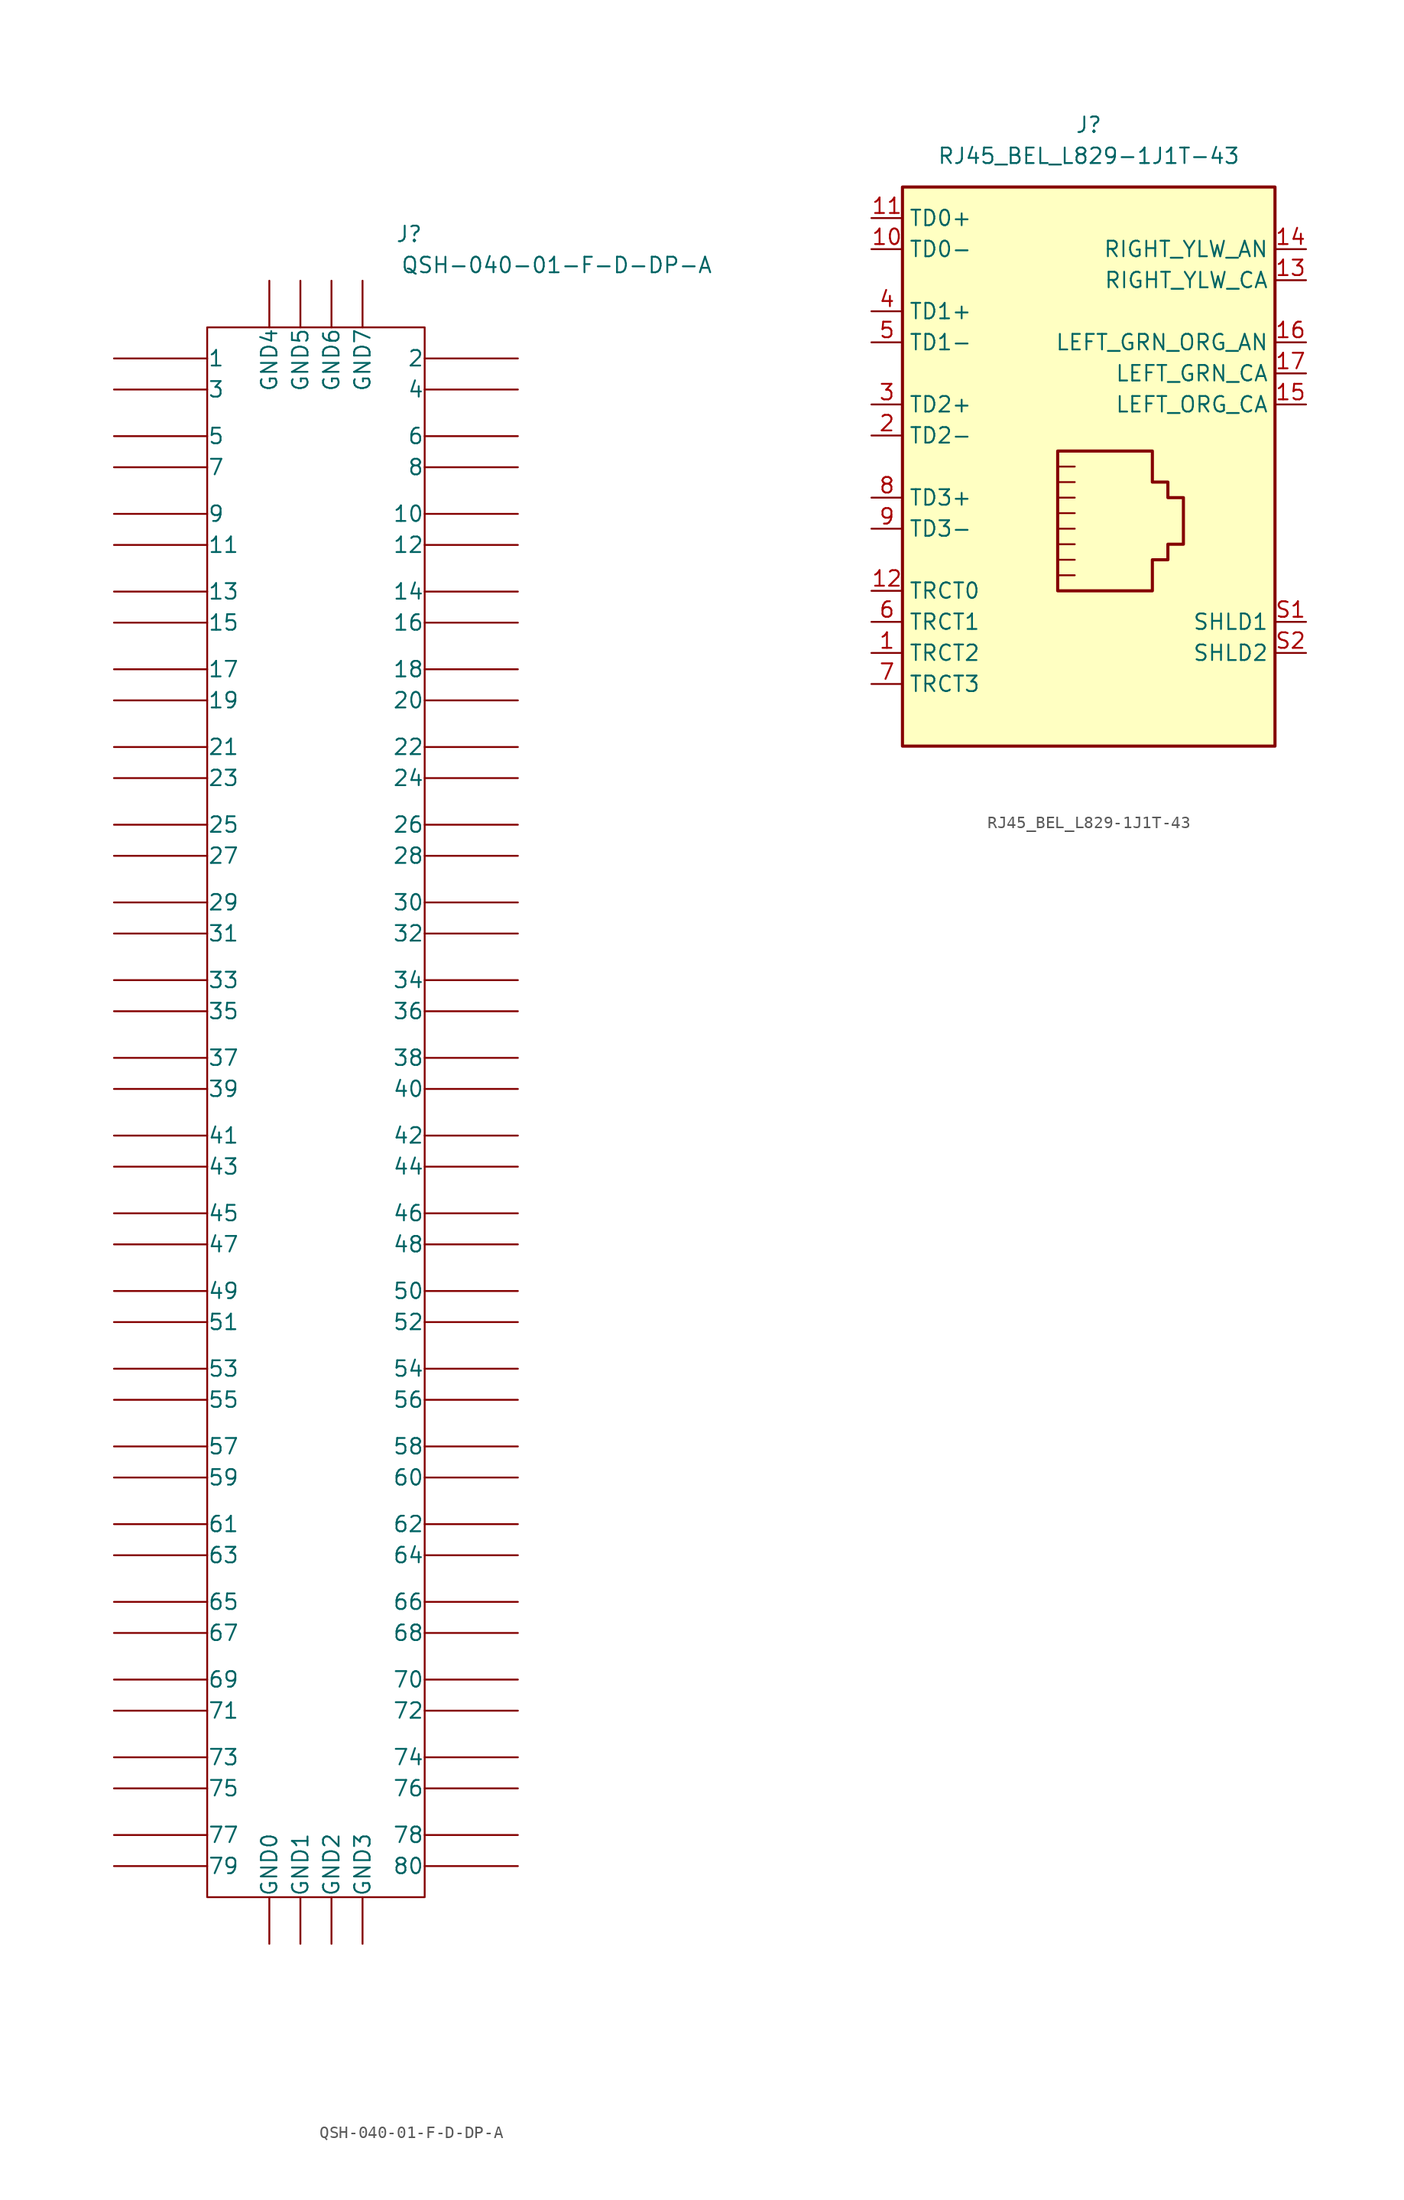
<source format=kicad_sym>
(kicad_symbol_lib
  (version 20230620)
  (generator kicad_symbol_editor)
  (symbol "QSH-040-01-F-D-DP-A"
    (pin_numbers hide)
    (pin_names
      (offset 0.025))
    (property "Reference" "J"
      (at 24.13 10.16 0)
      (effects (font (size 1.27 1.27))))
    (property "Value" "QSH-040-01-F-D-DP-A"
      (at 36.195 7.62 0)
      (effects (font (size 1.27 1.27))))
    (property "Datasheet" ""
      (at 0 0 0)
      (effects (font (size 1.27 1.27))))
    (symbol "QSH-040-01-F-D-DP-A_0_1"
      (rectangle (start 7.62 2.54) (end 25.4 -125.73) (stroke (width 0) (type default)) (fill (type none))))
    (symbol "QSH-040-01-F-D-DP-A_1_1"
      (pin passive line (at 0 0 0) (length 7.62) (name "1" (effects (font (size 1.27 1.27)))) (number "1" (effects (font (size 1.27 1.27)))))
      (pin passive line (at 33.02 -12.7 180) (length 7.62) (name "10" (effects (font (size 1.27 1.27)))) (number "10" (effects (font (size 1.27 1.27)))))
      (pin passive line (at 0 -15.24 0) (length 7.62) (name "11" (effects (font (size 1.27 1.27)))) (number "11" (effects (font (size 1.27 1.27)))))
      (pin passive line (at 33.02 -15.24 180) (length 7.62) (name "12" (effects (font (size 1.27 1.27)))) (number "12" (effects (font (size 1.27 1.27)))))
      (pin passive line (at 0 -19.05 0) (length 7.62) (name "13" (effects (font (size 1.27 1.27)))) (number "13" (effects (font (size 1.27 1.27)))))
      (pin passive line (at 33.02 -19.05 180) (length 7.62) (name "14" (effects (font (size 1.27 1.27)))) (number "14" (effects (font (size 1.27 1.27)))))
      (pin passive line (at 0 -21.59 0) (length 7.62) (name "15" (effects (font (size 1.27 1.27)))) (number "15" (effects (font (size 1.27 1.27)))))
      (pin passive line (at 33.02 -21.59 180) (length 7.62) (name "16" (effects (font (size 1.27 1.27)))) (number "16" (effects (font (size 1.27 1.27)))))
      (pin passive line (at 0 -25.4 0) (length 7.62) (name "17" (effects (font (size 1.27 1.27)))) (number "17" (effects (font (size 1.27 1.27)))))
      (pin passive line (at 33.02 -25.4 180) (length 7.62) (name "18" (effects (font (size 1.27 1.27)))) (number "18" (effects (font (size 1.27 1.27)))))
      (pin passive line (at 0 -27.94 0) (length 7.62) (name "19" (effects (font (size 1.27 1.27)))) (number "19" (effects (font (size 1.27 1.27)))))
      (pin passive line (at 33.02 0 180) (length 7.62) (name "2" (effects (font (size 1.27 1.27)))) (number "2" (effects (font (size 1.27 1.27)))))
      (pin passive line (at 33.02 -27.94 180) (length 7.62) (name "20" (effects (font (size 1.27 1.27)))) (number "20" (effects (font (size 1.27 1.27)))))
      (pin passive line (at 0 -31.75 0) (length 7.62) (name "21" (effects (font (size 1.27 1.27)))) (number "21" (effects (font (size 1.27 1.27)))))
      (pin passive line (at 33.02 -31.75 180) (length 7.62) (name "22" (effects (font (size 1.27 1.27)))) (number "22" (effects (font (size 1.27 1.27)))))
      (pin passive line (at 0 -34.29 0) (length 7.62) (name "23" (effects (font (size 1.27 1.27)))) (number "23" (effects (font (size 1.27 1.27)))))
      (pin passive line (at 33.02 -34.29 180) (length 7.62) (name "24" (effects (font (size 1.27 1.27)))) (number "24" (effects (font (size 1.27 1.27)))))
      (pin passive line (at 0 -38.1 0) (length 7.62) (name "25" (effects (font (size 1.27 1.27)))) (number "25" (effects (font (size 1.27 1.27)))))
      (pin passive line (at 33.02 -38.1 180) (length 7.62) (name "26" (effects (font (size 1.27 1.27)))) (number "26" (effects (font (size 1.27 1.27)))))
      (pin passive line (at 0 -40.64 0) (length 7.62) (name "27" (effects (font (size 1.27 1.27)))) (number "27" (effects (font (size 1.27 1.27)))))
      (pin passive line (at 33.02 -40.64 180) (length 7.62) (name "28" (effects (font (size 1.27 1.27)))) (number "28" (effects (font (size 1.27 1.27)))))
      (pin passive line (at 0 -44.45 0) (length 7.62) (name "29" (effects (font (size 1.27 1.27)))) (number "29" (effects (font (size 1.27 1.27)))))
      (pin passive line (at 0 -2.54 0) (length 7.62) (name "3" (effects (font (size 1.27 1.27)))) (number "3" (effects (font (size 1.27 1.27)))))
      (pin passive line (at 33.02 -44.45 180) (length 7.62) (name "30" (effects (font (size 1.27 1.27)))) (number "30" (effects (font (size 1.27 1.27)))))
      (pin passive line (at 0 -46.99 0) (length 7.62) (name "31" (effects (font (size 1.27 1.27)))) (number "31" (effects (font (size 1.27 1.27)))))
      (pin passive line (at 33.02 -46.99 180) (length 7.62) (name "32" (effects (font (size 1.27 1.27)))) (number "32" (effects (font (size 1.27 1.27)))))
      (pin passive line (at 0 -50.8 0) (length 7.62) (name "33" (effects (font (size 1.27 1.27)))) (number "33" (effects (font (size 1.27 1.27)))))
      (pin passive line (at 33.02 -50.8 180) (length 7.62) (name "34" (effects (font (size 1.27 1.27)))) (number "34" (effects (font (size 1.27 1.27)))))
      (pin passive line (at 0 -53.34 0) (length 7.62) (name "35" (effects (font (size 1.27 1.27)))) (number "35" (effects (font (size 1.27 1.27)))))
      (pin passive line (at 33.02 -53.34 180) (length 7.62) (name "36" (effects (font (size 1.27 1.27)))) (number "36" (effects (font (size 1.27 1.27)))))
      (pin passive line (at 0 -57.15 0) (length 7.62) (name "37" (effects (font (size 1.27 1.27)))) (number "37" (effects (font (size 1.27 1.27)))))
      (pin passive line (at 33.02 -57.15 180) (length 7.62) (name "38" (effects (font (size 1.27 1.27)))) (number "38" (effects (font (size 1.27 1.27)))))
      (pin passive line (at 0 -59.69 0) (length 7.62) (name "39" (effects (font (size 1.27 1.27)))) (number "39" (effects (font (size 1.27 1.27)))))
      (pin passive line (at 33.02 -2.54 180) (length 7.62) (name "4" (effects (font (size 1.27 1.27)))) (number "4" (effects (font (size 1.27 1.27)))))
      (pin passive line (at 33.02 -59.69 180) (length 7.62) (name "40" (effects (font (size 1.27 1.27)))) (number "40" (effects (font (size 1.27 1.27)))))
      (pin passive line (at 0 -63.5 0) (length 7.62) (name "41" (effects (font (size 1.27 1.27)))) (number "41" (effects (font (size 1.27 1.27)))))
      (pin passive line (at 33.02 -63.5 180) (length 7.62) (name "42" (effects (font (size 1.27 1.27)))) (number "42" (effects (font (size 1.27 1.27)))))
      (pin passive line (at 0 -66.04 0) (length 7.62) (name "43" (effects (font (size 1.27 1.27)))) (number "43" (effects (font (size 1.27 1.27)))))
      (pin passive line (at 33.02 -66.04 180) (length 7.62) (name "44" (effects (font (size 1.27 1.27)))) (number "44" (effects (font (size 1.27 1.27)))))
      (pin passive line (at 0 -69.85 0) (length 7.62) (name "45" (effects (font (size 1.27 1.27)))) (number "45" (effects (font (size 1.27 1.27)))))
      (pin passive line (at 33.02 -69.85 180) (length 7.62) (name "46" (effects (font (size 1.27 1.27)))) (number "46" (effects (font (size 1.27 1.27)))))
      (pin passive line (at 0 -72.39 0) (length 7.62) (name "47" (effects (font (size 1.27 1.27)))) (number "47" (effects (font (size 1.27 1.27)))))
      (pin passive line (at 33.02 -72.39 180) (length 7.62) (name "48" (effects (font (size 1.27 1.27)))) (number "48" (effects (font (size 1.27 1.27)))))
      (pin passive line (at 0 -76.2 0) (length 7.62) (name "49" (effects (font (size 1.27 1.27)))) (number "49" (effects (font (size 1.27 1.27)))))
      (pin passive line (at 0 -6.35 0) (length 7.62) (name "5" (effects (font (size 1.27 1.27)))) (number "5" (effects (font (size 1.27 1.27)))))
      (pin passive line (at 33.02 -76.2 180) (length 7.62) (name "50" (effects (font (size 1.27 1.27)))) (number "50" (effects (font (size 1.27 1.27)))))
      (pin passive line (at 0 -78.74 0) (length 7.62) (name "51" (effects (font (size 1.27 1.27)))) (number "51" (effects (font (size 1.27 1.27)))))
      (pin passive line (at 33.02 -78.74 180) (length 7.62) (name "52" (effects (font (size 1.27 1.27)))) (number "52" (effects (font (size 1.27 1.27)))))
      (pin passive line (at 0 -82.55 0) (length 7.62) (name "53" (effects (font (size 1.27 1.27)))) (number "53" (effects (font (size 1.27 1.27)))))
      (pin passive line (at 33.02 -82.55 180) (length 7.62) (name "54" (effects (font (size 1.27 1.27)))) (number "54" (effects (font (size 1.27 1.27)))))
      (pin passive line (at 0 -85.09 0) (length 7.62) (name "55" (effects (font (size 1.27 1.27)))) (number "55" (effects (font (size 1.27 1.27)))))
      (pin passive line (at 33.02 -85.09 180) (length 7.62) (name "56" (effects (font (size 1.27 1.27)))) (number "56" (effects (font (size 1.27 1.27)))))
      (pin passive line (at 0 -88.9 0) (length 7.62) (name "57" (effects (font (size 1.27 1.27)))) (number "57" (effects (font (size 1.27 1.27)))))
      (pin passive line (at 33.02 -88.9 180) (length 7.62) (name "58" (effects (font (size 1.27 1.27)))) (number "58" (effects (font (size 1.27 1.27)))))
      (pin passive line (at 0 -91.44 0) (length 7.62) (name "59" (effects (font (size 1.27 1.27)))) (number "59" (effects (font (size 1.27 1.27)))))
      (pin passive line (at 33.02 -6.35 180) (length 7.62) (name "6" (effects (font (size 1.27 1.27)))) (number "6" (effects (font (size 1.27 1.27)))))
      (pin passive line (at 33.02 -91.44 180) (length 7.62) (name "60" (effects (font (size 1.27 1.27)))) (number "60" (effects (font (size 1.27 1.27)))))
      (pin passive line (at 0 -95.25 0) (length 7.62) (name "61" (effects (font (size 1.27 1.27)))) (number "61" (effects (font (size 1.27 1.27)))))
      (pin passive line (at 33.02 -95.25 180) (length 7.62) (name "62" (effects (font (size 1.27 1.27)))) (number "62" (effects (font (size 1.27 1.27)))))
      (pin passive line (at 0 -97.79 0) (length 7.62) (name "63" (effects (font (size 1.27 1.27)))) (number "63" (effects (font (size 1.27 1.27)))))
      (pin passive line (at 33.02 -97.79 180) (length 7.62) (name "64" (effects (font (size 1.27 1.27)))) (number "64" (effects (font (size 1.27 1.27)))))
      (pin passive line (at 0 -101.6 0) (length 7.62) (name "65" (effects (font (size 1.27 1.27)))) (number "65" (effects (font (size 1.27 1.27)))))
      (pin passive line (at 33.02 -101.6 180) (length 7.62) (name "66" (effects (font (size 1.27 1.27)))) (number "66" (effects (font (size 1.27 1.27)))))
      (pin passive line (at 0 -104.14 0) (length 7.62) (name "67" (effects (font (size 1.27 1.27)))) (number "67" (effects (font (size 1.27 1.27)))))
      (pin passive line (at 33.02 -104.14 180) (length 7.62) (name "68" (effects (font (size 1.27 1.27)))) (number "68" (effects (font (size 1.27 1.27)))))
      (pin passive line (at 0 -107.95 0) (length 7.62) (name "69" (effects (font (size 1.27 1.27)))) (number "69" (effects (font (size 1.27 1.27)))))
      (pin passive line (at 0 -8.89 0) (length 7.62) (name "7" (effects (font (size 1.27 1.27)))) (number "7" (effects (font (size 1.27 1.27)))))
      (pin passive line (at 33.02 -107.95 180) (length 7.62) (name "70" (effects (font (size 1.27 1.27)))) (number "70" (effects (font (size 1.27 1.27)))))
      (pin passive line (at 0 -110.49 0) (length 7.62) (name "71" (effects (font (size 1.27 1.27)))) (number "71" (effects (font (size 1.27 1.27)))))
      (pin passive line (at 33.02 -110.49 180) (length 7.62) (name "72" (effects (font (size 1.27 1.27)))) (number "72" (effects (font (size 1.27 1.27)))))
      (pin passive line (at 0 -114.3 0) (length 7.62) (name "73" (effects (font (size 1.27 1.27)))) (number "73" (effects (font (size 1.27 1.27)))))
      (pin passive line (at 33.02 -114.3 180) (length 7.62) (name "74" (effects (font (size 1.27 1.27)))) (number "74" (effects (font (size 1.27 1.27)))))
      (pin passive line (at 0 -116.84 0) (length 7.62) (name "75" (effects (font (size 1.27 1.27)))) (number "75" (effects (font (size 1.27 1.27)))))
      (pin passive line (at 33.02 -116.84 180) (length 7.62) (name "76" (effects (font (size 1.27 1.27)))) (number "76" (effects (font (size 1.27 1.27)))))
      (pin passive line (at 0 -120.65 0) (length 7.62) (name "77" (effects (font (size 1.27 1.27)))) (number "77" (effects (font (size 1.27 1.27)))))
      (pin passive line (at 33.02 -120.65 180) (length 7.62) (name "78" (effects (font (size 1.27 1.27)))) (number "78" (effects (font (size 1.27 1.27)))))
      (pin passive line (at 0 -123.19 0) (length 7.62) (name "79" (effects (font (size 1.27 1.27)))) (number "79" (effects (font (size 1.27 1.27)))))
      (pin passive line (at 33.02 -8.89 180) (length 7.62) (name "8" (effects (font (size 1.27 1.27)))) (number "8" (effects (font (size 1.27 1.27)))))
      (pin passive line (at 33.02 -123.19 180) (length 7.62) (name "80" (effects (font (size 1.27 1.27)))) (number "80" (effects (font (size 1.27 1.27)))))
      (pin power_in line (at 12.7 -129.54 90) (length 3.81) (name "GND0" (effects (font (size 1.27 1.27)))) (number "81" (effects (font (size 1.27 1.27)))))
      (pin power_in line (at 15.24 -129.54 90) (length 3.81) (name "GND1" (effects (font (size 1.27 1.27)))) (number "82" (effects (font (size 1.27 1.27)))))
      (pin power_in line (at 17.78 -129.54 90) (length 3.81) (name "GND2" (effects (font (size 1.27 1.27)))) (number "83" (effects (font (size 1.27 1.27)))))
      (pin power_in line (at 20.32 -129.54 90) (length 3.81) (name "GND3" (effects (font (size 1.27 1.27)))) (number "84" (effects (font (size 1.27 1.27)))))
      (pin power_in line (at 12.7 6.35 270) (length 3.81) (name "GND4" (effects (font (size 1.27 1.27)))) (number "85" (effects (font (size 1.27 1.27)))))
      (pin power_in line (at 15.24 6.35 270) (length 3.81) (name "GND5" (effects (font (size 1.27 1.27)))) (number "86" (effects (font (size 1.27 1.27)))))
      (pin power_in line (at 17.78 6.35 270) (length 3.81) (name "GND6" (effects (font (size 1.27 1.27)))) (number "87" (effects (font (size 1.27 1.27)))))
      (pin power_in line (at 20.32 6.35 270) (length 3.81) (name "GND7" (effects (font (size 1.27 1.27)))) (number "88" (effects (font (size 1.27 1.27)))))
      (pin passive line (at 0 -12.7 0) (length 7.62) (name "9" (effects (font (size 1.27 1.27)))) (number "9" (effects (font (size 1.27 1.27)))))))
  (symbol "RJ45_BEL_L829-1J1T-43"
    (property "Reference" "J"
      (at 0 27.94 0)
      (effects (font (size 1.27 1.27))))
    (property "Value" "RJ45_BEL_L829-1J1T-43"
      (at 0 25.4 0)
      (effects (font (size 1.27 1.27))))
    (symbol "RJ45_BEL_L829-1J1T-43_0_0"
      (rectangle (start -15.24 22.86) (end 15.24 -22.86) (stroke (width 0.254) (type default)) (fill (type background))))
    (symbol "RJ45_BEL_L829-1J1T-43_0_1"
      (polyline (pts (xy -2.413 -7.62) (xy -1.143 -7.62)) (stroke (width 0) (type default)) (fill (type none)))
      (polyline (pts (xy -2.413 -6.35) (xy -1.143 -6.35)) (stroke (width 0) (type default)) (fill (type none)))
      (polyline (pts (xy -2.413 -5.08) (xy -1.143 -5.08)) (stroke (width 0) (type default)) (fill (type none)))
      (polyline (pts (xy -2.413 -3.81) (xy -1.143 -3.81)) (stroke (width 0) (type default)) (fill (type none)))
      (polyline (pts (xy -2.413 -2.54) (xy -1.143 -2.54)) (stroke (width 0) (type default)) (fill (type none)))
      (polyline (pts (xy -1.143 -8.89) (xy -2.413 -8.89)) (stroke (width 0) (type default)) (fill (type none)))
      (polyline (pts (xy -1.143 -1.27) (xy -2.413 -1.27)) (stroke (width 0) (type default)) (fill (type none)))
      (polyline (pts (xy -1.143 0) (xy -2.413 0)) (stroke (width 0) (type default)) (fill (type none))))
    (symbol "RJ45_BEL_L829-1J1T-43_1_1"
      (polyline (pts (xy -2.54 -10.16) (xy -2.54 1.27) (xy 5.207 1.27) (xy 5.207 -1.27) (xy 6.477 -1.27) (xy 6.477 -2.54) (xy 7.747 -2.54) (xy 7.747 -6.35) (xy 6.477 -6.35) (xy 6.477 -7.62) (xy 5.207 -7.62) (xy 5.207 -10.16) (xy -2.54 -10.16)) (stroke (width 0.254) (type default)) (fill (type none)))
      (pin passive line (at -17.78 -15.24 0) (length 2.54) (name "TRCT2" (effects (font (size 1.27 1.27)))) (number "1" (effects (font (size 1.27 1.27)))))
      (pin passive line (at -17.78 17.78 0) (length 2.54) (name "TD0-" (effects (font (size 1.27 1.27)))) (number "10" (effects (font (size 1.27 1.27)))))
      (pin passive line (at -17.78 20.32 0) (length 2.54) (name "TD0+" (effects (font (size 1.27 1.27)))) (number "11" (effects (font (size 1.27 1.27)))))
      (pin passive line (at -17.78 -10.16 0) (length 2.54) (name "TRCT0" (effects (font (size 1.27 1.27)))) (number "12" (effects (font (size 1.27 1.27)))))
      (pin passive line (at 17.78 15.24 180) (length 2.54) (name "RIGHT_YLW_CA" (effects (font (size 1.27 1.27)))) (number "13" (effects (font (size 1.27 1.27)))))
      (pin passive line (at 17.78 17.78 180) (length 2.54) (name "RIGHT_YLW_AN" (effects (font (size 1.27 1.27)))) (number "14" (effects (font (size 1.27 1.27)))))
      (pin passive line (at 17.78 5.08 180) (length 2.54) (name "LEFT_ORG_CA" (effects (font (size 1.27 1.27)))) (number "15" (effects (font (size 1.27 1.27)))))
      (pin passive line (at 17.78 10.16 180) (length 2.54) (name "LEFT_GRN_ORG_AN" (effects (font (size 1.27 1.27)))) (number "16" (effects (font (size 1.27 1.27)))))
      (pin passive line (at 17.78 7.62 180) (length 2.54) (name "LEFT_GRN_CA" (effects (font (size 1.27 1.27)))) (number "17" (effects (font (size 1.27 1.27)))))
      (pin passive line (at -17.78 2.54 0) (length 2.54) (name "TD2-" (effects (font (size 1.27 1.27)))) (number "2" (effects (font (size 1.27 1.27)))))
      (pin passive line (at -17.78 5.08 0) (length 2.54) (name "TD2+" (effects (font (size 1.27 1.27)))) (number "3" (effects (font (size 1.27 1.27)))))
      (pin passive line (at -17.78 12.7 0) (length 2.54) (name "TD1+" (effects (font (size 1.27 1.27)))) (number "4" (effects (font (size 1.27 1.27)))))
      (pin passive line (at -17.78 10.16 0) (length 2.54) (name "TD1-" (effects (font (size 1.27 1.27)))) (number "5" (effects (font (size 1.27 1.27)))))
      (pin passive line (at -17.78 -12.7 0) (length 2.54) (name "TRCT1" (effects (font (size 1.27 1.27)))) (number "6" (effects (font (size 1.27 1.27)))))
      (pin passive line (at -17.78 -17.78 0) (length 2.54) (name "TRCT3" (effects (font (size 1.27 1.27)))) (number "7" (effects (font (size 1.27 1.27)))))
      (pin passive line (at -17.78 -2.54 0) (length 2.54) (name "TD3+" (effects (font (size 1.27 1.27)))) (number "8" (effects (font (size 1.27 1.27)))))
      (pin passive line (at -17.78 -5.08 0) (length 2.54) (name "TD3-" (effects (font (size 1.27 1.27)))) (number "9" (effects (font (size 1.27 1.27)))))
      (pin power_in line (at 17.78 -12.7 180) (length 2.54) (name "SHLD1" (effects (font (size 1.27 1.27)))) (number "S1" (effects (font (size 1.27 1.27)))))
      (pin power_in line (at 17.78 -15.24 180) (length 2.54) (name "SHLD2" (effects (font (size 1.27 1.27)))) (number "S2" (effects (font (size 1.27 1.27))))))))
</source>
